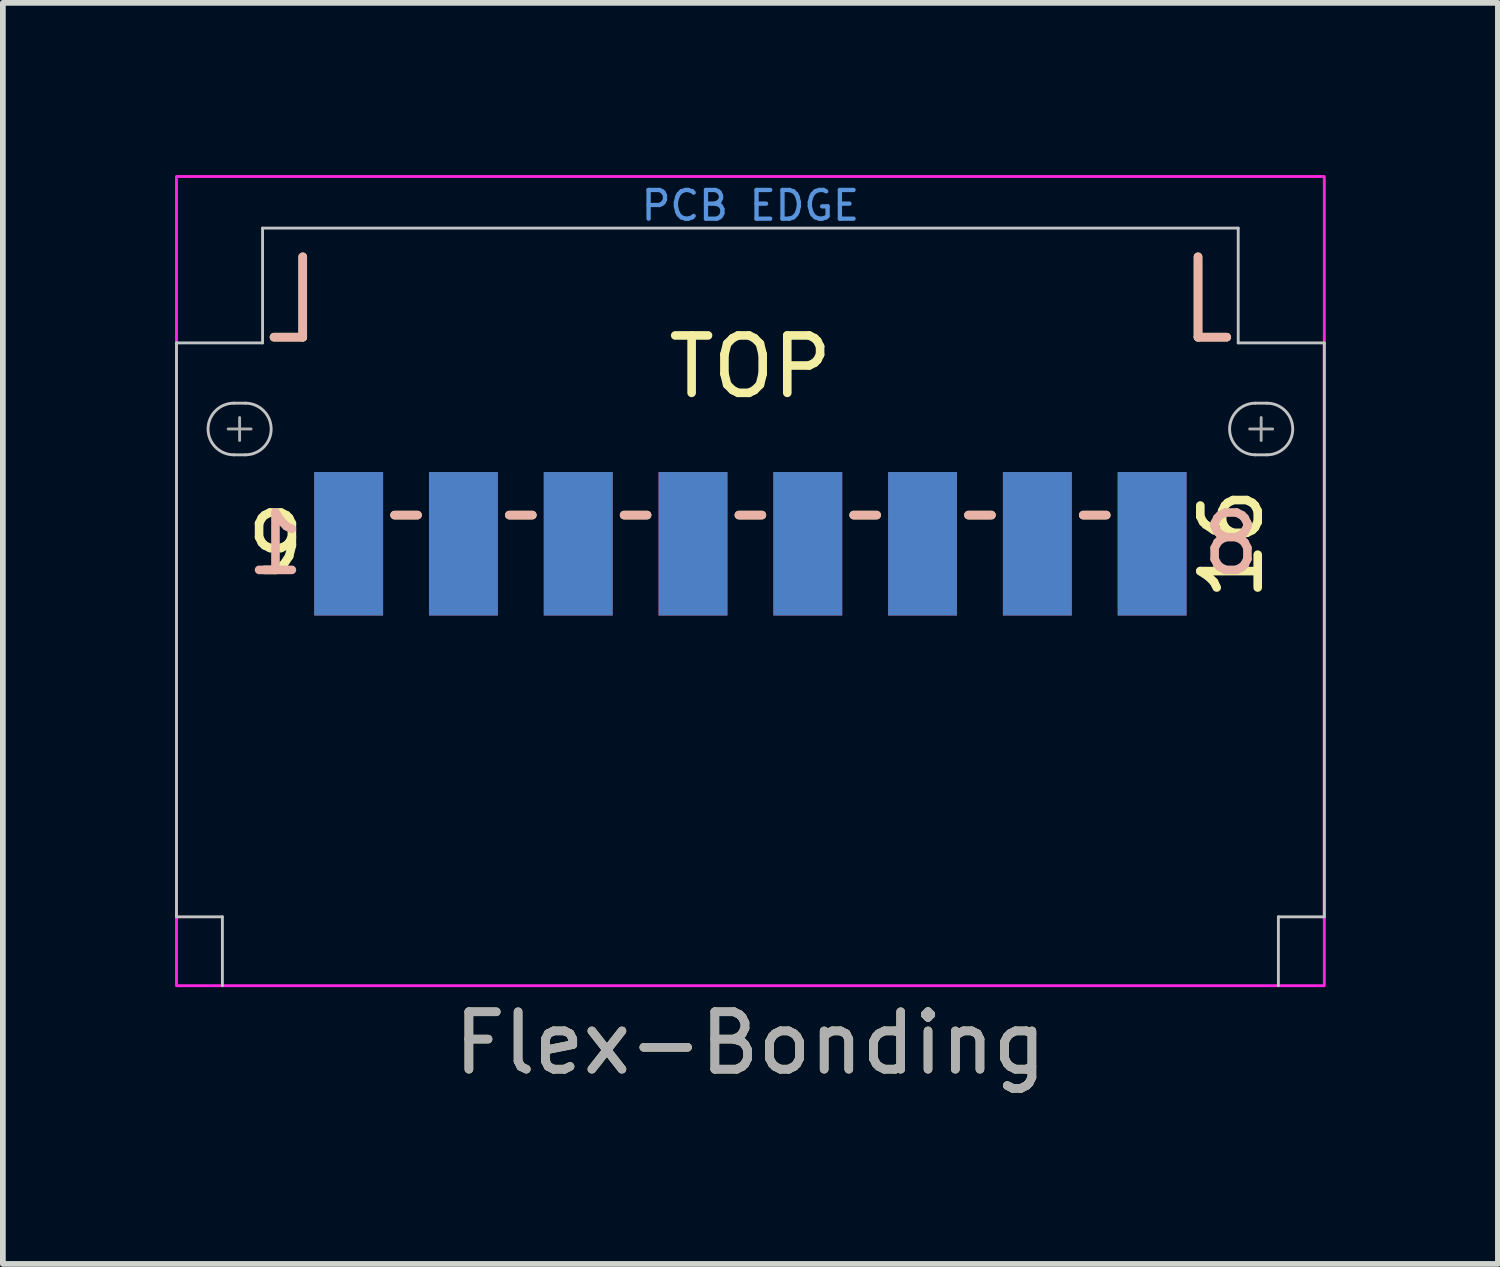
<source format=kicad_pcb>
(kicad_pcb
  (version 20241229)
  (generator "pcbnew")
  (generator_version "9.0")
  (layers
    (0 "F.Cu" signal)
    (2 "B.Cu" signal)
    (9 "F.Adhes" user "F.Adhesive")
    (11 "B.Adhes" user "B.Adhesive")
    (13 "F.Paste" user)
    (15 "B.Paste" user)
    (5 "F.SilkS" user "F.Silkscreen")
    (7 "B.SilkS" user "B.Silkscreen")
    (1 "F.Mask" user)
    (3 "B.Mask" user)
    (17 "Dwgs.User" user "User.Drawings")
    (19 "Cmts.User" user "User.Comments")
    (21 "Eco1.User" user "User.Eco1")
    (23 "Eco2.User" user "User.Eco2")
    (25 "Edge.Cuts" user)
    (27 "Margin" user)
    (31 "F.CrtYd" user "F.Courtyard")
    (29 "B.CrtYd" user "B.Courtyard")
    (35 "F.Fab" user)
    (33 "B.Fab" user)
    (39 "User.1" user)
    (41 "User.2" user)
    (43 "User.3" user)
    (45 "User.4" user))
  (footprint "Flex-Bonding"
    (layer "F.Cu")
    (at 10.025 14.125)
    (property "Reference" "Flex-Bonding" (at 0 1 0) (unlocked yes) (layer "F.SilkS") (effects (font (size 1 1) (thickness 0.15))))
    (fp_line (start -8.3 -11.3) (end -7.8 -11.3) (stroke (width 0.15) (type default)) (layer "F.SilkS"))
    (fp_line (start -7.8 -12.7) (end -7.8 -11.3) (stroke (width 0.15) (type default)) (layer "F.SilkS"))
    (fp_line (start -6.2 -8.2) (end -5.8 -8.2) (stroke (width 0.15) (type default)) (layer "F.SilkS"))
    (fp_line (start -4.2 -8.2) (end -3.8 -8.2) (stroke (width 0.15) (type default)) (layer "F.SilkS"))
    (fp_line (start -2.2 -8.2) (end -1.8 -8.2) (stroke (width 0.15) (type default)) (layer "F.SilkS"))
    (fp_line (start -0.2 -8.2) (end 0.2 -8.2) (stroke (width 0.15) (type default)) (layer "F.SilkS"))
    (fp_line (start 1.8 -8.2) (end 2.2 -8.2) (stroke (width 0.15) (type default)) (layer "F.SilkS"))
    (fp_line (start 3.8 -8.2) (end 4.2 -8.2) (stroke (width 0.15) (type default)) (layer "F.SilkS"))
    (fp_line (start 5.8 -8.2) (end 6.2 -8.2) (stroke (width 0.15) (type default)) (layer "F.SilkS"))
    (fp_line (start 7.8 -12.7) (end 7.8 -11.3) (stroke (width 0.15) (type default)) (layer "F.SilkS"))
    (fp_line (start 7.8 -11.3) (end 8.3 -11.3) (stroke (width 0.15) (type default)) (layer "F.SilkS"))
    (fp_line (start -7.8 -12.7) (end -7.8 -11.3) (stroke (width 0.15) (type default)) (layer "B.SilkS"))
    (fp_line (start -7.8 -11.3) (end -8.3 -11.3) (stroke (width 0.15) (type default)) (layer "B.SilkS"))
    (fp_line (start -5.8 -8.2) (end -6.2 -8.2) (stroke (width 0.15) (type default)) (layer "B.SilkS"))
    (fp_line (start -3.8 -8.2) (end -4.2 -8.2) (stroke (width 0.15) (type default)) (layer "B.SilkS"))
    (fp_line (start -1.8 -8.2) (end -2.2 -8.2) (stroke (width 0.15) (type default)) (layer "B.SilkS"))
    (fp_line (start 0.2 -8.2) (end -0.2 -8.2) (stroke (width 0.15) (type default)) (layer "B.SilkS"))
    (fp_line (start 2.2 -8.2) (end 1.8 -8.2) (stroke (width 0.15) (type default)) (layer "B.SilkS"))
    (fp_line (start 4.2 -8.2) (end 3.8 -8.2) (stroke (width 0.15) (type default)) (layer "B.SilkS"))
    (fp_line (start 6.2 -8.2) (end 5.8 -8.2) (stroke (width 0.15) (type default)) (layer "B.SilkS"))
    (fp_line (start 7.8 -12.7) (end 7.8 -11.3) (stroke (width 0.15) (type default)) (layer "B.SilkS"))
    (fp_line (start 8.3 -11.3) (end 7.8 -11.3) (stroke (width 0.15) (type default)) (layer "B.SilkS"))
    (fp_line (start -10 -11.2) (end -10 -1.2) (stroke (width 0.05) (type default)) (layer "Dwgs.User"))
    (fp_line (start -10 -1.2) (end -9.2 -1.2) (stroke (width 0.05) (type default)) (layer "Dwgs.User"))
    (fp_line (start -9.2 -1.2) (end -9.2 0) (stroke (width 0.05) (type default)) (layer "Dwgs.User"))
    (fp_line (start -9 -10.15) (end -8.8 -10.15) (stroke (width 0.05) (type default)) (layer "Dwgs.User"))
    (fp_line (start -9 -9.25) (end -8.8 -9.25) (stroke (width 0.05) (type default)) (layer "Dwgs.User"))
    (fp_line (start -8.5 -13.2) (end -8.5 -11.2) (stroke (width 0.05) (type default)) (layer "Dwgs.User"))
    (fp_line (start -8.5 -13.2) (end 8.5 -13.2) (stroke (width 0.05) (type default)) (layer "Dwgs.User"))
    (fp_line (start -8.5 -11.2) (end -10 -11.2) (stroke (width 0.05) (type default)) (layer "Dwgs.User"))
    (fp_line (start 8.5 -13.2) (end 8.5 -11.2) (stroke (width 0.05) (type default)) (layer "Dwgs.User"))
    (fp_line (start 8.5 -11.2) (end 10 -11.2) (stroke (width 0.05) (type default)) (layer "Dwgs.User"))
    (fp_line (start 9 -10.15) (end 8.8 -10.15) (stroke (width 0.05) (type default)) (layer "Dwgs.User"))
    (fp_line (start 9 -9.25) (end 8.8 -9.25) (stroke (width 0.05) (type default)) (layer "Dwgs.User"))
    (fp_line (start 9.2 -1.2) (end 9.2 0) (stroke (width 0.05) (type default)) (layer "Dwgs.User"))
    (fp_line (start 10 -11.2) (end 10 -1.2) (stroke (width 0.05) (type default)) (layer "Dwgs.User"))
    (fp_line (start 10 -1.2) (end 9.2 -1.2) (stroke (width 0.05) (type default)) (layer "Dwgs.User"))
    (fp_arc (start -9 -9.25) (mid -9.45 -9.7) (end -9 -10.15) (stroke (width 0.05) (type default)) (layer "Dwgs.User"))
    (fp_arc (start -8.8 -10.15) (mid -8.35 -9.7) (end -8.8 -9.25) (stroke (width 0.05) (type default)) (layer "Dwgs.User"))
    (fp_arc (start 8.8 -9.25) (mid 8.35 -9.7) (end 8.8 -10.15) (stroke (width 0.05) (type default)) (layer "Dwgs.User"))
    (fp_arc (start 9 -10.15) (mid 9.45 -9.7) (end 9 -9.25) (stroke (width 0.05) (type default)) (layer "Dwgs.User"))
    (fp_rect (start -10 -14.1) (end 10 0) (stroke (width 0.05) (type default)) (fill no) (layer "F.CrtYd"))
    (fp_line (start -9.1 -9.7) (end -8.7 -9.7) (stroke (width 0.05) (type default)) (layer "F.Fab"))
    (fp_line (start -8.9 -9.9) (end -8.9 -9.5) (stroke (width 0.05) (type default)) (layer "F.Fab"))
    (fp_line (start 8.7 -9.7) (end 9.1 -9.7) (stroke (width 0.05) (type default)) (layer "F.Fab"))
    (fp_line (start 8.9 -9.9) (end 8.9 -9.5) (stroke (width 0.05) (type default)) (layer "F.Fab"))
    (fp_text user "TOP" (at 0 -10.2 0) (unlocked yes) (layer "F.SilkS") (effects (font (size 1 1) (thickness 0.15)) (justify bottom)))
    (fp_text user "16" (at 7.8 -7.7 90) (unlocked yes) (layer "F.SilkS") (effects (font (size 1 1) (thickness 0.15)) (justify top)))
    (fp_text user "9" (at -7.7 -7.7 0) (unlocked yes) (layer "F.SilkS") (effects (font (size 1 1) (thickness 0.15)) (justify right)))
    (fp_text user "8" (at 7.8 -7.7 0) (unlocked yes) (layer "B.SilkS") (effects (font (size 1 1) (thickness 0.15)) (justify right mirror)))
    (fp_text user "1" (at -7.7 -7.7 0) (unlocked yes) (layer "B.SilkS") (effects (font (size 1 1) (thickness 0.15)) (justify left mirror)))
    (fp_text user "PCB EDGE" (at 0 -13.3 0) (unlocked yes) (layer "Cmts.User") (effects (font (size 0.5 0.5) (thickness 0.075)) (justify bottom)))
    (fp_text user "${REFERENCE}" (at 0 1 0) (layer "F.Fab") (effects (font (size 1 1) (thickness 0.15))))
    (pad "1" smd rect (at -7 -7.7) (size 1.2 2.5) (layers "B.Cu" "B.Mask" "B.Paste"))
    (pad "2" smd rect (at -5 -7.7) (size 1.2 2.5) (layers "B.Cu" "B.Mask" "B.Paste"))
    (pad "3" smd rect (at -3 -7.7) (size 1.2 2.5) (layers "B.Cu" "B.Mask" "B.Paste"))
    (pad "4" smd rect (at -1 -7.7) (size 1.2 2.5) (layers "B.Cu" "B.Mask" "B.Paste"))
    (pad "5" smd rect (at 1 -7.7) (size 1.2 2.5) (layers "B.Cu" "B.Mask" "B.Paste"))
    (pad "6" smd rect (at 3 -7.7) (size 1.2 2.5) (layers "B.Cu" "B.Mask" "B.Paste"))
    (pad "7" smd rect (at 5 -7.7) (size 1.2 2.5) (layers "B.Cu" "B.Mask" "B.Paste"))
    (pad "8" smd rect (at 7 -7.7) (size 1.2 2.5) (layers "B.Cu" "B.Mask" "B.Paste"))
    (pad "9" smd rect (at -7 -7.7) (size 1.2 2.5) (layers "F.Cu" "F.Mask" "F.Paste"))
    (pad "10" smd rect (at -5 -7.7) (size 1.2 2.5) (layers "F.Cu" "F.Mask" "F.Paste"))
    (pad "11" smd rect (at -3 -7.7) (size 1.2 2.5) (layers "F.Cu" "F.Mask" "F.Paste"))
    (pad "12" smd rect (at -1 -7.7) (size 1.2 2.5) (layers "F.Cu" "F.Mask" "F.Paste"))
    (pad "13" smd rect (at 1 -7.7) (size 1.2 2.5) (layers "F.Cu" "F.Mask" "F.Paste"))
    (pad "14" smd rect (at 3 -7.7) (size 1.2 2.5) (layers "F.Cu" "F.Mask" "F.Paste"))
    (pad "15" smd rect (at 5 -7.7) (size 1.2 2.5) (layers "F.Cu" "F.Mask" "F.Paste"))
    (pad "16" smd rect (at 7 -7.7) (size 1.2 2.5) (layers "F.Cu" "F.Mask" "F.Paste")))
  (gr_rect
    (start -3 -3)
    (end 23.05 18.973)
    (stroke (width 0.1) (type default))
    (fill no)
    (layer "Edge.Cuts")))
</source>
